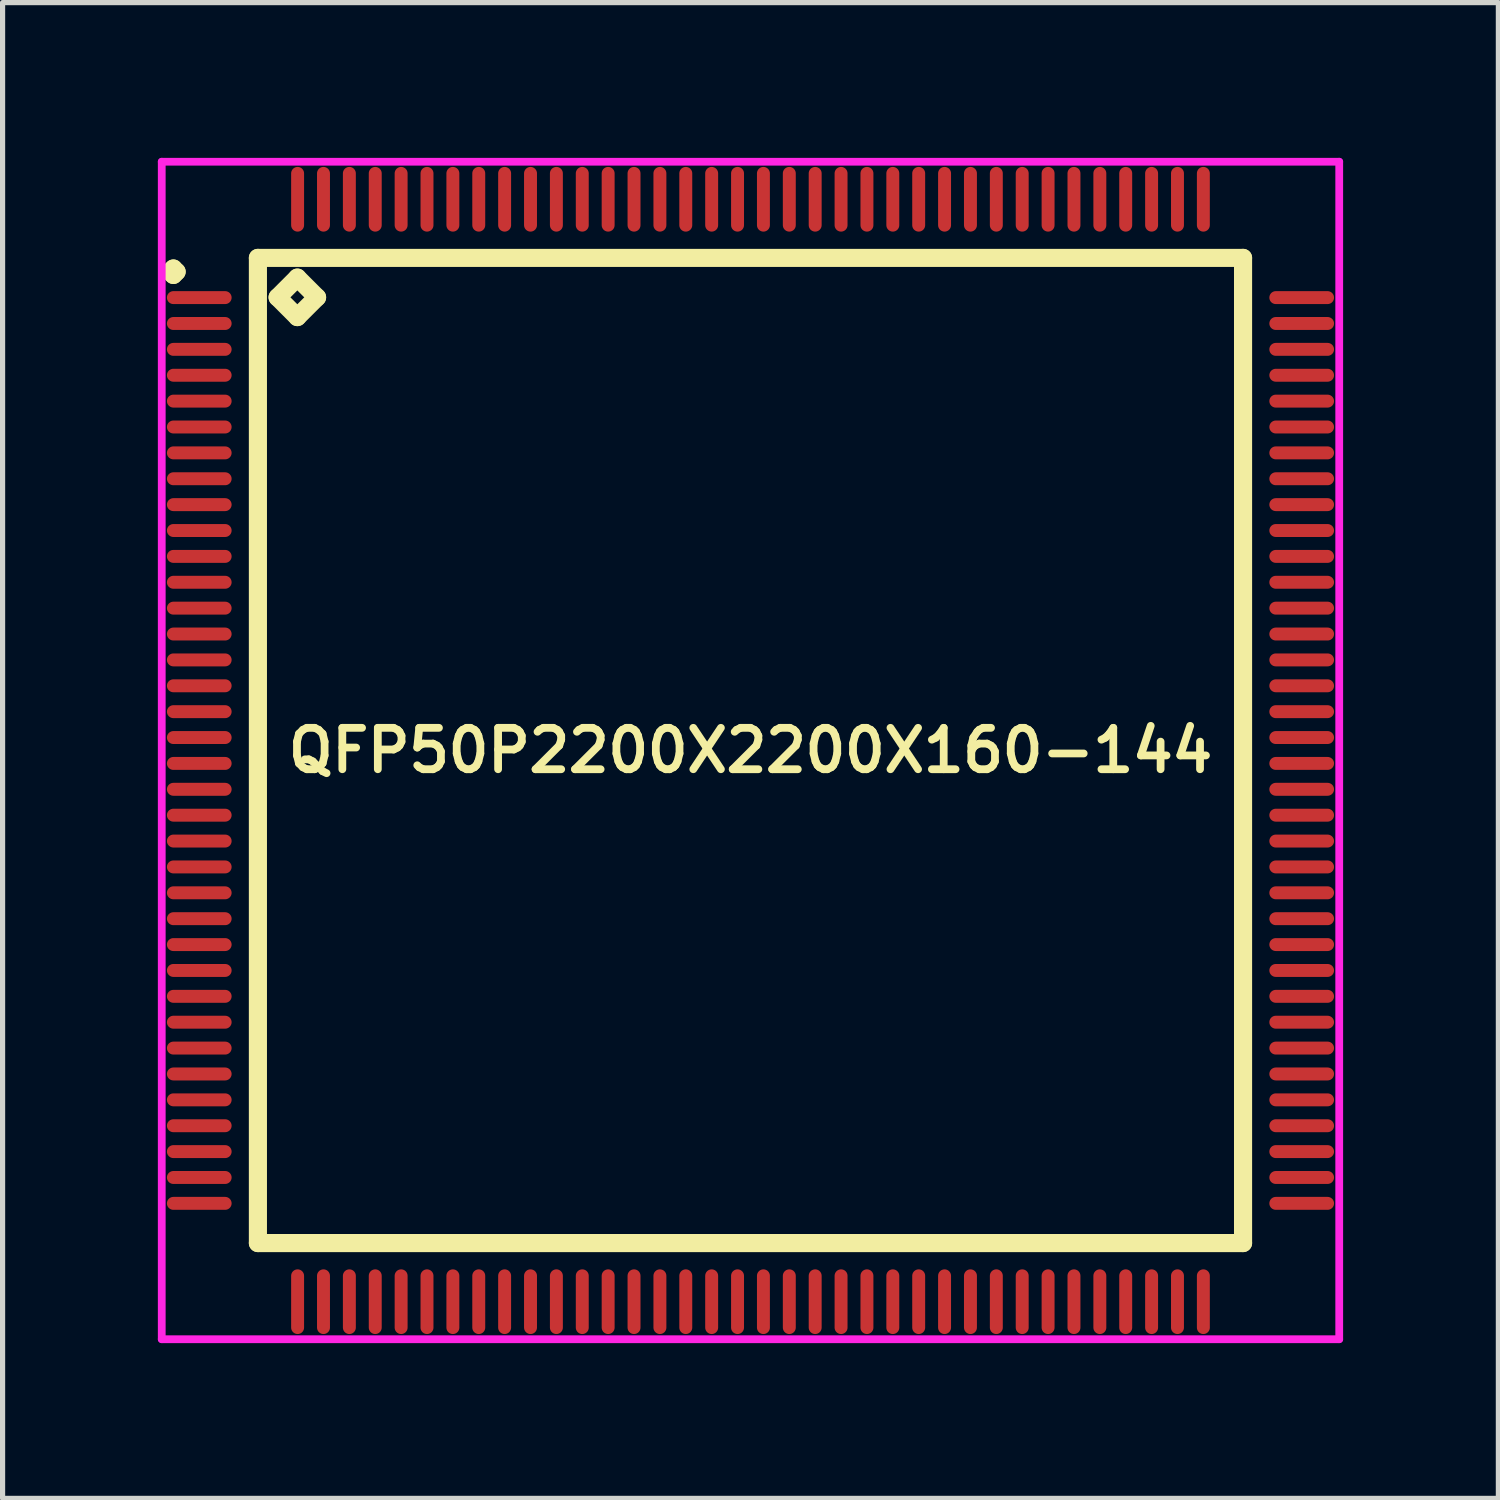
<source format=kicad_pcb>
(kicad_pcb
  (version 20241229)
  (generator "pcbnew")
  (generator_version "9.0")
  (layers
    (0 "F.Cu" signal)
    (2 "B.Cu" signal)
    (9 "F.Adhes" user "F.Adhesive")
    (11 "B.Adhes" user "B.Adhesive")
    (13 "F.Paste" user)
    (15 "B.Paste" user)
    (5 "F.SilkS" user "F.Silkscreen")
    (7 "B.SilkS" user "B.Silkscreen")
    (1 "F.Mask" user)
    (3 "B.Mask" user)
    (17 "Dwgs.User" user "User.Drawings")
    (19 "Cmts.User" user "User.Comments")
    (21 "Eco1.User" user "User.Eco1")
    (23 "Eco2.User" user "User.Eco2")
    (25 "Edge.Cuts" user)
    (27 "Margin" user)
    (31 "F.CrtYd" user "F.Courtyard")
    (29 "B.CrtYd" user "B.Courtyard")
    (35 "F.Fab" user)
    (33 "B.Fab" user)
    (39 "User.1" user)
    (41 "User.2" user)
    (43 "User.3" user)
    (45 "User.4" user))
  (footprint "QFP50P2200X2200X160-144"
    (layer "F.Cu")
    (at 11.45 11.45)
    (property "Reference" "QFP50P2200X2200X160-144" (at 0 0 0) (layer "F.SilkS") (effects (font (size 0.8 0.8) (thickness 0.15))))
    (attr through_hole)
    (fp_line (start -11.213 -9.25) (end -11.15 -9.312) (stroke (width 0.35) (type solid)) (layer "F.SilkS"))
    (fp_line (start -11.15 -9.312) (end -11.088 -9.25) (stroke (width 0.35) (type solid)) (layer "F.SilkS"))
    (fp_line (start -11.15 -9.188) (end -11.213 -9.25) (stroke (width 0.35) (type solid)) (layer "F.SilkS"))
    (fp_line (start -11.088 -9.25) (end -11.15 -9.188) (stroke (width 0.35) (type solid)) (layer "F.SilkS"))
    (fp_line (start -9.517 -9.517) (end -9.517 9.517) (stroke (width 0.35) (type solid)) (layer "F.SilkS"))
    (fp_line (start -9.517 9.517) (end 9.517 9.517) (stroke (width 0.35) (type solid)) (layer "F.SilkS"))
    (fp_line (start -9.136 -8.755) (end -8.755 -9.136) (stroke (width 0.35) (type solid)) (layer "F.SilkS"))
    (fp_line (start -8.755 -9.136) (end -8.374 -8.755) (stroke (width 0.35) (type solid)) (layer "F.SilkS"))
    (fp_line (start -8.755 -8.374) (end -9.136 -8.755) (stroke (width 0.35) (type solid)) (layer "F.SilkS"))
    (fp_line (start -8.374 -8.755) (end -8.755 -8.374) (stroke (width 0.35) (type solid)) (layer "F.SilkS"))
    (fp_line (start 9.517 -9.517) (end -9.517 -9.517) (stroke (width 0.35) (type solid)) (layer "F.SilkS"))
    (fp_line (start 9.517 9.517) (end 9.517 -9.517) (stroke (width 0.35) (type solid)) (layer "F.SilkS"))
    (fp_line (start -11.375 -11.375) (end 11.375 -11.375) (stroke (width 0.15) (type solid)) (layer "F.CrtYd"))
    (fp_line (start -11.375 11.375) (end -11.375 -11.375) (stroke (width 0.15) (type solid)) (layer "F.CrtYd"))
    (fp_line (start 11.375 -11.375) (end 11.375 11.375) (stroke (width 0.15) (type solid)) (layer "F.CrtYd"))
    (fp_line (start 11.375 11.375) (end -11.375 11.375) (stroke (width 0.15) (type solid)) (layer "F.CrtYd"))
    (pad "1" smd oval (at -10.65 -8.75) (size 1.25 0.25) (layers "F.Cu" "F.Mask" "F.Paste"))
    (pad "2" smd oval (at -10.65 -8.25) (size 1.25 0.25) (layers "F.Cu" "F.Mask" "F.Paste"))
    (pad "3" smd oval (at -10.65 -7.75) (size 1.25 0.25) (layers "F.Cu" "F.Mask" "F.Paste"))
    (pad "4" smd oval (at -10.65 -7.25) (size 1.25 0.25) (layers "F.Cu" "F.Mask" "F.Paste"))
    (pad "5" smd oval (at -10.65 -6.75) (size 1.25 0.25) (layers "F.Cu" "F.Mask" "F.Paste"))
    (pad "6" smd oval (at -10.65 -6.25) (size 1.25 0.25) (layers "F.Cu" "F.Mask" "F.Paste"))
    (pad "7" smd oval (at -10.65 -5.75) (size 1.25 0.25) (layers "F.Cu" "F.Mask" "F.Paste"))
    (pad "8" smd oval (at -10.65 -5.25) (size 1.25 0.25) (layers "F.Cu" "F.Mask" "F.Paste"))
    (pad "9" smd oval (at -10.65 -4.75) (size 1.25 0.25) (layers "F.Cu" "F.Mask" "F.Paste"))
    (pad "10" smd oval (at -10.65 -4.25) (size 1.25 0.25) (layers "F.Cu" "F.Mask" "F.Paste"))
    (pad "11" smd oval (at -10.65 -3.75) (size 1.25 0.25) (layers "F.Cu" "F.Mask" "F.Paste"))
    (pad "12" smd oval (at -10.65 -3.25) (size 1.25 0.25) (layers "F.Cu" "F.Mask" "F.Paste"))
    (pad "13" smd oval (at -10.65 -2.75) (size 1.25 0.25) (layers "F.Cu" "F.Mask" "F.Paste"))
    (pad "14" smd oval (at -10.65 -2.25) (size 1.25 0.25) (layers "F.Cu" "F.Mask" "F.Paste"))
    (pad "15" smd oval (at -10.65 -1.75) (size 1.25 0.25) (layers "F.Cu" "F.Mask" "F.Paste"))
    (pad "16" smd oval (at -10.65 -1.25) (size 1.25 0.25) (layers "F.Cu" "F.Mask" "F.Paste"))
    (pad "17" smd oval (at -10.65 -0.75) (size 1.25 0.25) (layers "F.Cu" "F.Mask" "F.Paste"))
    (pad "18" smd oval (at -10.65 -0.25) (size 1.25 0.25) (layers "F.Cu" "F.Mask" "F.Paste"))
    (pad "19" smd oval (at -10.65 0.25) (size 1.25 0.25) (layers "F.Cu" "F.Mask" "F.Paste"))
    (pad "20" smd oval (at -10.65 0.75) (size 1.25 0.25) (layers "F.Cu" "F.Mask" "F.Paste"))
    (pad "21" smd oval (at -10.65 1.25) (size 1.25 0.25) (layers "F.Cu" "F.Mask" "F.Paste"))
    (pad "22" smd oval (at -10.65 1.75) (size 1.25 0.25) (layers "F.Cu" "F.Mask" "F.Paste"))
    (pad "23" smd oval (at -10.65 2.25) (size 1.25 0.25) (layers "F.Cu" "F.Mask" "F.Paste"))
    (pad "24" smd oval (at -10.65 2.75) (size 1.25 0.25) (layers "F.Cu" "F.Mask" "F.Paste"))
    (pad "25" smd oval (at -10.65 3.25) (size 1.25 0.25) (layers "F.Cu" "F.Mask" "F.Paste"))
    (pad "26" smd oval (at -10.65 3.75) (size 1.25 0.25) (layers "F.Cu" "F.Mask" "F.Paste"))
    (pad "27" smd oval (at -10.65 4.25) (size 1.25 0.25) (layers "F.Cu" "F.Mask" "F.Paste"))
    (pad "28" smd oval (at -10.65 4.75) (size 1.25 0.25) (layers "F.Cu" "F.Mask" "F.Paste"))
    (pad "29" smd oval (at -10.65 5.25) (size 1.25 0.25) (layers "F.Cu" "F.Mask" "F.Paste"))
    (pad "30" smd oval (at -10.65 5.75) (size 1.25 0.25) (layers "F.Cu" "F.Mask" "F.Paste"))
    (pad "31" smd oval (at -10.65 6.25) (size 1.25 0.25) (layers "F.Cu" "F.Mask" "F.Paste"))
    (pad "32" smd oval (at -10.65 6.75) (size 1.25 0.25) (layers "F.Cu" "F.Mask" "F.Paste"))
    (pad "33" smd oval (at -10.65 7.25) (size 1.25 0.25) (layers "F.Cu" "F.Mask" "F.Paste"))
    (pad "34" smd oval (at -10.65 7.75) (size 1.25 0.25) (layers "F.Cu" "F.Mask" "F.Paste"))
    (pad "35" smd oval (at -10.65 8.25) (size 1.25 0.25) (layers "F.Cu" "F.Mask" "F.Paste"))
    (pad "36" smd oval (at -10.65 8.75) (size 1.25 0.25) (layers "F.Cu" "F.Mask" "F.Paste"))
    (pad "37" smd oval (at -8.75 10.65) (size 0.25 1.25) (layers "F.Cu" "F.Mask" "F.Paste"))
    (pad "38" smd oval (at -8.25 10.65) (size 0.25 1.25) (layers "F.Cu" "F.Mask" "F.Paste"))
    (pad "39" smd oval (at -7.75 10.65) (size 0.25 1.25) (layers "F.Cu" "F.Mask" "F.Paste"))
    (pad "40" smd oval (at -7.25 10.65) (size 0.25 1.25) (layers "F.Cu" "F.Mask" "F.Paste"))
    (pad "41" smd oval (at -6.75 10.65) (size 0.25 1.25) (layers "F.Cu" "F.Mask" "F.Paste"))
    (pad "42" smd oval (at -6.25 10.65) (size 0.25 1.25) (layers "F.Cu" "F.Mask" "F.Paste"))
    (pad "43" smd oval (at -5.75 10.65) (size 0.25 1.25) (layers "F.Cu" "F.Mask" "F.Paste"))
    (pad "44" smd oval (at -5.25 10.65) (size 0.25 1.25) (layers "F.Cu" "F.Mask" "F.Paste"))
    (pad "45" smd oval (at -4.75 10.65) (size 0.25 1.25) (layers "F.Cu" "F.Mask" "F.Paste"))
    (pad "46" smd oval (at -4.25 10.65) (size 0.25 1.25) (layers "F.Cu" "F.Mask" "F.Paste"))
    (pad "47" smd oval (at -3.75 10.65) (size 0.25 1.25) (layers "F.Cu" "F.Mask" "F.Paste"))
    (pad "48" smd oval (at -3.25 10.65) (size 0.25 1.25) (layers "F.Cu" "F.Mask" "F.Paste"))
    (pad "49" smd oval (at -2.75 10.65) (size 0.25 1.25) (layers "F.Cu" "F.Mask" "F.Paste"))
    (pad "50" smd oval (at -2.25 10.65) (size 0.25 1.25) (layers "F.Cu" "F.Mask" "F.Paste"))
    (pad "51" smd oval (at -1.75 10.65) (size 0.25 1.25) (layers "F.Cu" "F.Mask" "F.Paste"))
    (pad "52" smd oval (at -1.25 10.65) (size 0.25 1.25) (layers "F.Cu" "F.Mask" "F.Paste"))
    (pad "53" smd oval (at -0.75 10.65) (size 0.25 1.25) (layers "F.Cu" "F.Mask" "F.Paste"))
    (pad "54" smd oval (at -0.25 10.65) (size 0.25 1.25) (layers "F.Cu" "F.Mask" "F.Paste"))
    (pad "55" smd oval (at 0.25 10.65) (size 0.25 1.25) (layers "F.Cu" "F.Mask" "F.Paste"))
    (pad "56" smd oval (at 0.75 10.65) (size 0.25 1.25) (layers "F.Cu" "F.Mask" "F.Paste"))
    (pad "57" smd oval (at 1.25 10.65) (size 0.25 1.25) (layers "F.Cu" "F.Mask" "F.Paste"))
    (pad "58" smd oval (at 1.75 10.65) (size 0.25 1.25) (layers "F.Cu" "F.Mask" "F.Paste"))
    (pad "59" smd oval (at 2.25 10.65) (size 0.25 1.25) (layers "F.Cu" "F.Mask" "F.Paste"))
    (pad "60" smd oval (at 2.75 10.65) (size 0.25 1.25) (layers "F.Cu" "F.Mask" "F.Paste"))
    (pad "61" smd oval (at 3.25 10.65) (size 0.25 1.25) (layers "F.Cu" "F.Mask" "F.Paste"))
    (pad "62" smd oval (at 3.75 10.65) (size 0.25 1.25) (layers "F.Cu" "F.Mask" "F.Paste"))
    (pad "63" smd oval (at 4.25 10.65) (size 0.25 1.25) (layers "F.Cu" "F.Mask" "F.Paste"))
    (pad "64" smd oval (at 4.75 10.65) (size 0.25 1.25) (layers "F.Cu" "F.Mask" "F.Paste"))
    (pad "65" smd oval (at 5.25 10.65) (size 0.25 1.25) (layers "F.Cu" "F.Mask" "F.Paste"))
    (pad "66" smd oval (at 5.75 10.65) (size 0.25 1.25) (layers "F.Cu" "F.Mask" "F.Paste"))
    (pad "67" smd oval (at 6.25 10.65) (size 0.25 1.25) (layers "F.Cu" "F.Mask" "F.Paste"))
    (pad "68" smd oval (at 6.75 10.65) (size 0.25 1.25) (layers "F.Cu" "F.Mask" "F.Paste"))
    (pad "69" smd oval (at 7.25 10.65) (size 0.25 1.25) (layers "F.Cu" "F.Mask" "F.Paste"))
    (pad "70" smd oval (at 7.75 10.65) (size 0.25 1.25) (layers "F.Cu" "F.Mask" "F.Paste"))
    (pad "71" smd oval (at 8.25 10.65) (size 0.25 1.25) (layers "F.Cu" "F.Mask" "F.Paste"))
    (pad "72" smd oval (at 8.75 10.65) (size 0.25 1.25) (layers "F.Cu" "F.Mask" "F.Paste"))
    (pad "73" smd oval (at 10.65 8.75) (size 1.25 0.25) (layers "F.Cu" "F.Mask" "F.Paste"))
    (pad "74" smd oval (at 10.65 8.25) (size 1.25 0.25) (layers "F.Cu" "F.Mask" "F.Paste"))
    (pad "75" smd oval (at 10.65 7.75) (size 1.25 0.25) (layers "F.Cu" "F.Mask" "F.Paste"))
    (pad "76" smd oval (at 10.65 7.25) (size 1.25 0.25) (layers "F.Cu" "F.Mask" "F.Paste"))
    (pad "77" smd oval (at 10.65 6.75) (size 1.25 0.25) (layers "F.Cu" "F.Mask" "F.Paste"))
    (pad "78" smd oval (at 10.65 6.25) (size 1.25 0.25) (layers "F.Cu" "F.Mask" "F.Paste"))
    (pad "79" smd oval (at 10.65 5.75) (size 1.25 0.25) (layers "F.Cu" "F.Mask" "F.Paste"))
    (pad "80" smd oval (at 10.65 5.25) (size 1.25 0.25) (layers "F.Cu" "F.Mask" "F.Paste"))
    (pad "81" smd oval (at 10.65 4.75) (size 1.25 0.25) (layers "F.Cu" "F.Mask" "F.Paste"))
    (pad "82" smd oval (at 10.65 4.25) (size 1.25 0.25) (layers "F.Cu" "F.Mask" "F.Paste"))
    (pad "83" smd oval (at 10.65 3.75) (size 1.25 0.25) (layers "F.Cu" "F.Mask" "F.Paste"))
    (pad "84" smd oval (at 10.65 3.25) (size 1.25 0.25) (layers "F.Cu" "F.Mask" "F.Paste"))
    (pad "85" smd oval (at 10.65 2.75) (size 1.25 0.25) (layers "F.Cu" "F.Mask" "F.Paste"))
    (pad "86" smd oval (at 10.65 2.25) (size 1.25 0.25) (layers "F.Cu" "F.Mask" "F.Paste"))
    (pad "87" smd oval (at 10.65 1.75) (size 1.25 0.25) (layers "F.Cu" "F.Mask" "F.Paste"))
    (pad "88" smd oval (at 10.65 1.25) (size 1.25 0.25) (layers "F.Cu" "F.Mask" "F.Paste"))
    (pad "89" smd oval (at 10.65 0.75) (size 1.25 0.25) (layers "F.Cu" "F.Mask" "F.Paste"))
    (pad "90" smd oval (at 10.65 0.25) (size 1.25 0.25) (layers "F.Cu" "F.Mask" "F.Paste"))
    (pad "91" smd oval (at 10.65 -0.25) (size 1.25 0.25) (layers "F.Cu" "F.Mask" "F.Paste"))
    (pad "92" smd oval (at 10.65 -0.75) (size 1.25 0.25) (layers "F.Cu" "F.Mask" "F.Paste"))
    (pad "93" smd oval (at 10.65 -1.25) (size 1.25 0.25) (layers "F.Cu" "F.Mask" "F.Paste"))
    (pad "94" smd oval (at 10.65 -1.75) (size 1.25 0.25) (layers "F.Cu" "F.Mask" "F.Paste"))
    (pad "95" smd oval (at 10.65 -2.25) (size 1.25 0.25) (layers "F.Cu" "F.Mask" "F.Paste"))
    (pad "96" smd oval (at 10.65 -2.75) (size 1.25 0.25) (layers "F.Cu" "F.Mask" "F.Paste"))
    (pad "97" smd oval (at 10.65 -3.25) (size 1.25 0.25) (layers "F.Cu" "F.Mask" "F.Paste"))
    (pad "98" smd oval (at 10.65 -3.75) (size 1.25 0.25) (layers "F.Cu" "F.Mask" "F.Paste"))
    (pad "99" smd oval (at 10.65 -4.25) (size 1.25 0.25) (layers "F.Cu" "F.Mask" "F.Paste"))
    (pad "100" smd oval (at 10.65 -4.75) (size 1.25 0.25) (layers "F.Cu" "F.Mask" "F.Paste"))
    (pad "101" smd oval (at 10.65 -5.25) (size 1.25 0.25) (layers "F.Cu" "F.Mask" "F.Paste"))
    (pad "102" smd oval (at 10.65 -5.75) (size 1.25 0.25) (layers "F.Cu" "F.Mask" "F.Paste"))
    (pad "103" smd oval (at 10.65 -6.25) (size 1.25 0.25) (layers "F.Cu" "F.Mask" "F.Paste"))
    (pad "104" smd oval (at 10.65 -6.75) (size 1.25 0.25) (layers "F.Cu" "F.Mask" "F.Paste"))
    (pad "105" smd oval (at 10.65 -7.25) (size 1.25 0.25) (layers "F.Cu" "F.Mask" "F.Paste"))
    (pad "106" smd oval (at 10.65 -7.75) (size 1.25 0.25) (layers "F.Cu" "F.Mask" "F.Paste"))
    (pad "107" smd oval (at 10.65 -8.25) (size 1.25 0.25) (layers "F.Cu" "F.Mask" "F.Paste"))
    (pad "108" smd oval (at 10.65 -8.75) (size 1.25 0.25) (layers "F.Cu" "F.Mask" "F.Paste"))
    (pad "109" smd oval (at 8.75 -10.65) (size 0.25 1.25) (layers "F.Cu" "F.Mask" "F.Paste"))
    (pad "110" smd oval (at 8.25 -10.65) (size 0.25 1.25) (layers "F.Cu" "F.Mask" "F.Paste"))
    (pad "111" smd oval (at 7.75 -10.65) (size 0.25 1.25) (layers "F.Cu" "F.Mask" "F.Paste"))
    (pad "112" smd oval (at 7.25 -10.65) (size 0.25 1.25) (layers "F.Cu" "F.Mask" "F.Paste"))
    (pad "113" smd oval (at 6.75 -10.65) (size 0.25 1.25) (layers "F.Cu" "F.Mask" "F.Paste"))
    (pad "114" smd oval (at 6.25 -10.65) (size 0.25 1.25) (layers "F.Cu" "F.Mask" "F.Paste"))
    (pad "115" smd oval (at 5.75 -10.65) (size 0.25 1.25) (layers "F.Cu" "F.Mask" "F.Paste"))
    (pad "116" smd oval (at 5.25 -10.65) (size 0.25 1.25) (layers "F.Cu" "F.Mask" "F.Paste"))
    (pad "117" smd oval (at 4.75 -10.65) (size 0.25 1.25) (layers "F.Cu" "F.Mask" "F.Paste"))
    (pad "118" smd oval (at 4.25 -10.65) (size 0.25 1.25) (layers "F.Cu" "F.Mask" "F.Paste"))
    (pad "119" smd oval (at 3.75 -10.65) (size 0.25 1.25) (layers "F.Cu" "F.Mask" "F.Paste"))
    (pad "120" smd oval (at 3.25 -10.65) (size 0.25 1.25) (layers "F.Cu" "F.Mask" "F.Paste"))
    (pad "121" smd oval (at 2.75 -10.65) (size 0.25 1.25) (layers "F.Cu" "F.Mask" "F.Paste"))
    (pad "122" smd oval (at 2.25 -10.65) (size 0.25 1.25) (layers "F.Cu" "F.Mask" "F.Paste"))
    (pad "123" smd oval (at 1.75 -10.65) (size 0.25 1.25) (layers "F.Cu" "F.Mask" "F.Paste"))
    (pad "124" smd oval (at 1.25 -10.65) (size 0.25 1.25) (layers "F.Cu" "F.Mask" "F.Paste"))
    (pad "125" smd oval (at 0.75 -10.65) (size 0.25 1.25) (layers "F.Cu" "F.Mask" "F.Paste"))
    (pad "126" smd oval (at 0.25 -10.65) (size 0.25 1.25) (layers "F.Cu" "F.Mask" "F.Paste"))
    (pad "127" smd oval (at -0.25 -10.65) (size 0.25 1.25) (layers "F.Cu" "F.Mask" "F.Paste"))
    (pad "128" smd oval (at -0.75 -10.65) (size 0.25 1.25) (layers "F.Cu" "F.Mask" "F.Paste"))
    (pad "129" smd oval (at -1.25 -10.65) (size 0.25 1.25) (layers "F.Cu" "F.Mask" "F.Paste"))
    (pad "130" smd oval (at -1.75 -10.65) (size 0.25 1.25) (layers "F.Cu" "F.Mask" "F.Paste"))
    (pad "131" smd oval (at -2.25 -10.65) (size 0.25 1.25) (layers "F.Cu" "F.Mask" "F.Paste"))
    (pad "132" smd oval (at -2.75 -10.65) (size 0.25 1.25) (layers "F.Cu" "F.Mask" "F.Paste"))
    (pad "133" smd oval (at -3.25 -10.65) (size 0.25 1.25) (layers "F.Cu" "F.Mask" "F.Paste"))
    (pad "134" smd oval (at -3.75 -10.65) (size 0.25 1.25) (layers "F.Cu" "F.Mask" "F.Paste"))
    (pad "135" smd oval (at -4.25 -10.65) (size 0.25 1.25) (layers "F.Cu" "F.Mask" "F.Paste"))
    (pad "136" smd oval (at -4.75 -10.65) (size 0.25 1.25) (layers "F.Cu" "F.Mask" "F.Paste"))
    (pad "137" smd oval (at -5.25 -10.65) (size 0.25 1.25) (layers "F.Cu" "F.Mask" "F.Paste"))
    (pad "138" smd oval (at -5.75 -10.65) (size 0.25 1.25) (layers "F.Cu" "F.Mask" "F.Paste"))
    (pad "139" smd oval (at -6.25 -10.65) (size 0.25 1.25) (layers "F.Cu" "F.Mask" "F.Paste"))
    (pad "140" smd oval (at -6.75 -10.65) (size 0.25 1.25) (layers "F.Cu" "F.Mask" "F.Paste"))
    (pad "141" smd oval (at -7.25 -10.65) (size 0.25 1.25) (layers "F.Cu" "F.Mask" "F.Paste"))
    (pad "142" smd oval (at -7.75 -10.65) (size 0.25 1.25) (layers "F.Cu" "F.Mask" "F.Paste"))
    (pad "143" smd oval (at -8.25 -10.65) (size 0.25 1.25) (layers "F.Cu" "F.Mask" "F.Paste"))
    (pad "144" smd oval (at -8.75 -10.65) (size 0.25 1.25) (layers "F.Cu" "F.Mask" "F.Paste")))
  (gr_rect
    (start -3 -3)
    (end 25.9 25.9)
    (stroke (width 0.1) (type default))
    (fill no)
    (layer "Edge.Cuts")))
</source>
